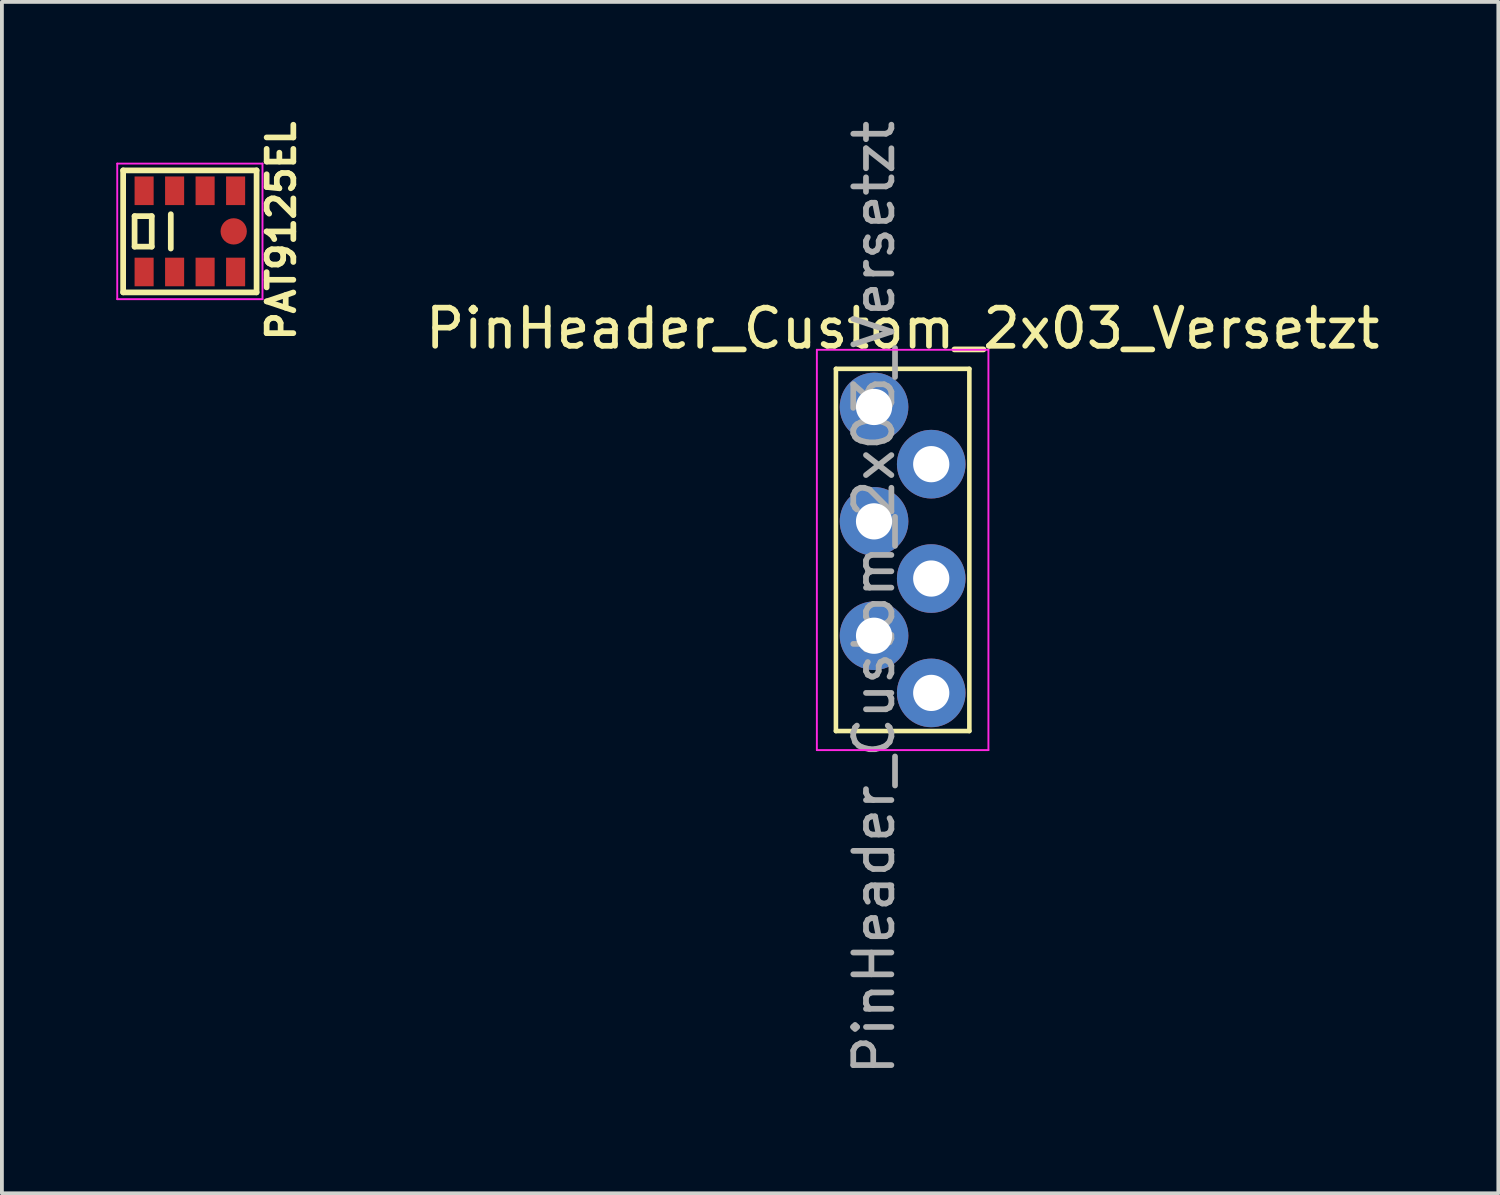
<source format=kicad_pcb>
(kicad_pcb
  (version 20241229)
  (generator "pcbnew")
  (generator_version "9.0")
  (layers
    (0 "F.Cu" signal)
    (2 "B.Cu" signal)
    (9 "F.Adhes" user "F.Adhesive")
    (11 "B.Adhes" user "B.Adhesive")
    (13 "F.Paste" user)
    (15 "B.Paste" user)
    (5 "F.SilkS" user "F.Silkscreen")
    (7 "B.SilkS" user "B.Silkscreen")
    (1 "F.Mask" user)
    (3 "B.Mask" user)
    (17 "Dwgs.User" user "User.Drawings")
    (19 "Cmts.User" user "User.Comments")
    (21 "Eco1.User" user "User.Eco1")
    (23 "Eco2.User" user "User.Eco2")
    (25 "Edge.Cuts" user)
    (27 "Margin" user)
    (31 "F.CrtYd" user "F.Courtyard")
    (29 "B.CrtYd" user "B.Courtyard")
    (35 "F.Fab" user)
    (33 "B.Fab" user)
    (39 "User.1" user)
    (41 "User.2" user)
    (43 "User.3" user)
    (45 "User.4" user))
  (footprint "PinHeader_Custom_2x03_Versetzt"
    (layer "F.Cu")
    (at 19.876 7.625)
    (property "Reference" "PinHeader_Custom_2x03_Versetzt" (at 0.75 -2.06 0) (layer "F.SilkS") (effects (font (size 1 1) (thickness 0.15))))
    (attr through_hole)
    (fp_line (start -1 -1) (end -1 8.5) (stroke (width 0.12) (type solid)) (layer "F.SilkS"))
    (fp_line (start -1 -1) (end 2.5 -1) (stroke (width 0.12) (type solid)) (layer "F.SilkS"))
    (fp_line (start -1 8.5) (end 2.5 8.5) (stroke (width 0.12) (type solid)) (layer "F.SilkS"))
    (fp_line (start 2.5 -1) (end 2.5 8.5) (stroke (width 0.12) (type solid)) (layer "F.SilkS"))
    (fp_line (start -1.5 -1.5) (end -1.5 9) (stroke (width 0.05) (type solid)) (layer "F.CrtYd"))
    (fp_line (start -1.5 9) (end 3 9) (stroke (width 0.05) (type solid)) (layer "F.CrtYd"))
    (fp_line (start 3 -1.5) (end -1.5 -1.5) (stroke (width 0.05) (type solid)) (layer "F.CrtYd"))
    (fp_line (start 3 9) (end 3 -1.5) (stroke (width 0.05) (type solid)) (layer "F.CrtYd"))
    (fp_text user "${REFERENCE}" (at 0 5 90) (layer "F.Fab") (effects (font (size 1 1) (thickness 0.15))))
    (pad "1" thru_hole circle (at 0 0) (size 1.8 1.8) (drill 0.95) (layers "*.Cu" "*.Mask"))
    (pad "2" thru_hole circle (at 1.5 1.5) (size 1.8 1.8) (drill 0.95) (layers "*.Cu" "*.Mask"))
    (pad "3" thru_hole circle (at 0 3) (size 1.8 1.8) (drill 0.95) (layers "*.Cu" "*.Mask"))
    (pad "4" thru_hole circle (at 1.5 4.5) (size 1.8 1.8) (drill 0.95) (layers "*.Cu" "*.Mask"))
    (pad "5" thru_hole circle (at 0 6) (size 1.8 1.8) (drill 0.95) (layers "*.Cu" "*.Mask"))
    (pad "6" thru_hole circle (at 1.5 7.5) (size 1.8 1.8) (drill 0.95) (layers "*.Cu" "*.Mask")))
  (footprint "PAT9125EL"
    (layer "F.Cu")
    (at 1.93 3.019)
    (property "Reference" "PAT9125EL" (at 2.398 -0.014 90) (layer "F.SilkS") (effects (font (size 0.7 0.7) (thickness 0.15))))
    (attr smd)
    (fp_line (start -1.75 -1.6) (end 1.75 -1.6) (stroke (width 0.15) (type solid)) (layer "F.SilkS"))
    (fp_line (start -1.75 1.6) (end -1.75 -1.6) (stroke (width 0.15) (type solid)) (layer "F.SilkS"))
    (fp_line (start -1.45 -0.4) (end -1.45 0.4) (stroke (width 0.15) (type solid)) (layer "F.SilkS"))
    (fp_line (start -1.45 0.4) (end -1 0.4) (stroke (width 0.15) (type solid)) (layer "F.SilkS"))
    (fp_line (start -1 -0.4) (end -1.45 -0.4) (stroke (width 0.15) (type solid)) (layer "F.SilkS"))
    (fp_line (start -1 0.4) (end -1 -0.4) (stroke (width 0.15) (type solid)) (layer "F.SilkS"))
    (fp_line (start -0.5 -0.45) (end -0.5 0.45) (stroke (width 0.15) (type solid)) (layer "F.SilkS"))
    (fp_line (start 1.75 -1.6) (end 1.75 1.6) (stroke (width 0.15) (type solid)) (layer "F.SilkS"))
    (fp_line (start 1.75 1.6) (end -1.75 1.6) (stroke (width 0.15) (type solid)) (layer "F.SilkS"))
    (fp_line (start -1.905 -1.778) (end 1.905 -1.778) (stroke (width 0.05) (type solid)) (layer "F.CrtYd"))
    (fp_line (start -1.905 1.778) (end -1.905 -1.778) (stroke (width 0.05) (type solid)) (layer "F.CrtYd"))
    (fp_line (start 1.905 -1.778) (end 1.905 1.778) (stroke (width 0.05) (type solid)) (layer "F.CrtYd"))
    (fp_line (start 1.905 1.778) (end -1.905 1.778) (stroke (width 0.05) (type solid)) (layer "F.CrtYd"))
    (pad "1" smd rect (at -1.2 1.065) (size 0.5 0.75) (layers "F.Cu" "F.Mask" "F.Paste"))
    (pad "2" smd rect (at -0.4 1.065) (size 0.5 0.75) (layers "F.Cu" "F.Mask" "F.Paste"))
    (pad "3" smd rect (at 0.4 1.065) (size 0.5 0.75) (layers "F.Cu" "F.Mask" "F.Paste"))
    (pad "4" smd rect (at 1.2 1.065) (size 0.5 0.75) (layers "F.Cu" "F.Mask" "F.Paste"))
    (pad "5" smd rect (at 1.2 -1.065) (size 0.5 0.75) (layers "F.Cu" "F.Mask" "F.Paste"))
    (pad "6" smd rect (at 0.4 -1.065) (size 0.5 0.75) (layers "F.Cu" "F.Mask" "F.Paste"))
    (pad "7" smd rect (at -0.4 -1.065) (size 0.5 0.75) (layers "F.Cu" "F.Mask" "F.Paste"))
    (pad "8" smd rect (at -1.2 -1.065) (size 0.5 0.75) (layers "F.Cu" "F.Mask" "F.Paste"))
    (pad "9" smd circle (at 1.15 0) (size 0.69 0.69) (layers "F.Cu" "F.Mask" "F.Paste")))
  (gr_rect
    (start -3 -3)
    (end 36.251 28.25)
    (stroke (width 0.1) (type default))
    (fill no)
    (layer "Edge.Cuts")))
</source>
